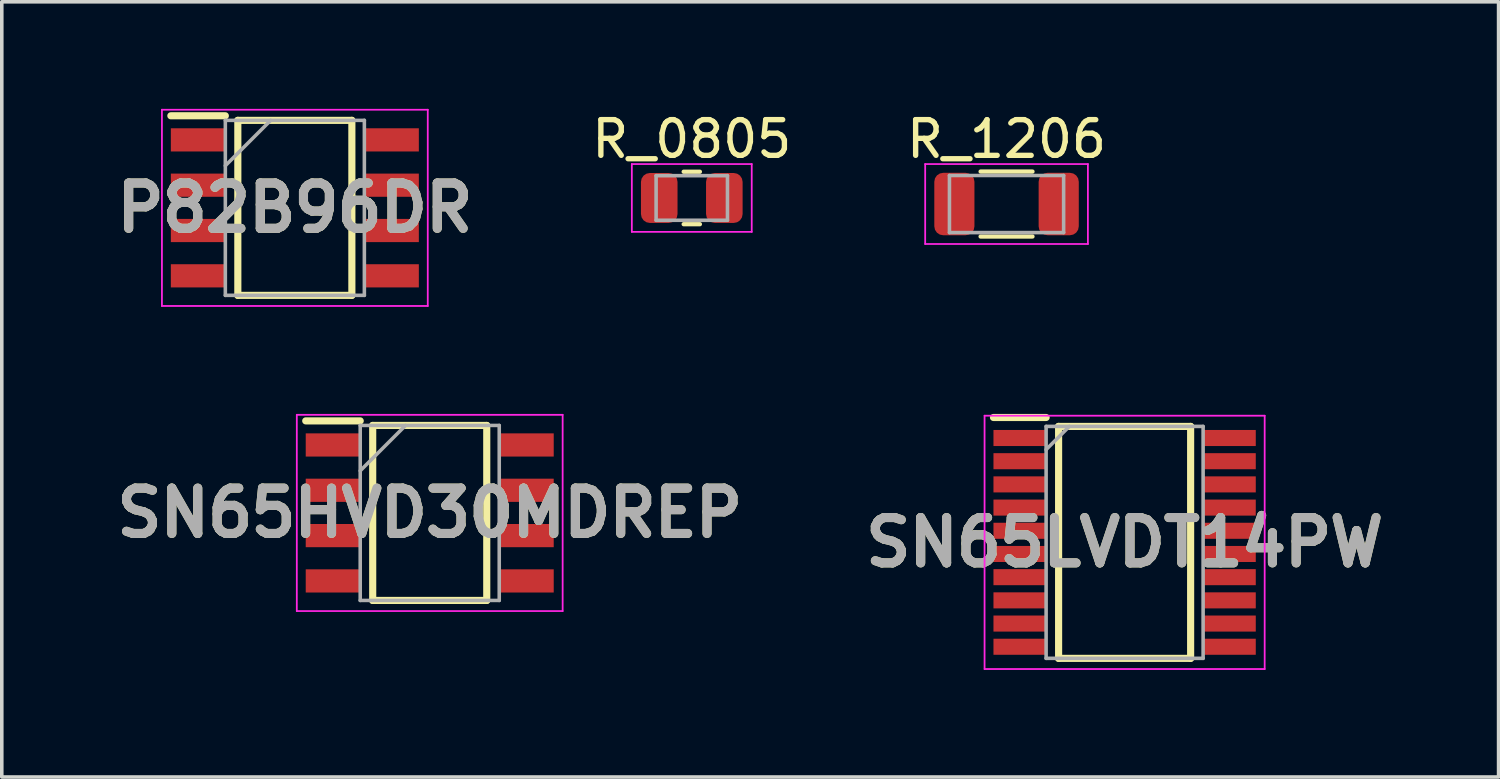
<source format=kicad_pcb>
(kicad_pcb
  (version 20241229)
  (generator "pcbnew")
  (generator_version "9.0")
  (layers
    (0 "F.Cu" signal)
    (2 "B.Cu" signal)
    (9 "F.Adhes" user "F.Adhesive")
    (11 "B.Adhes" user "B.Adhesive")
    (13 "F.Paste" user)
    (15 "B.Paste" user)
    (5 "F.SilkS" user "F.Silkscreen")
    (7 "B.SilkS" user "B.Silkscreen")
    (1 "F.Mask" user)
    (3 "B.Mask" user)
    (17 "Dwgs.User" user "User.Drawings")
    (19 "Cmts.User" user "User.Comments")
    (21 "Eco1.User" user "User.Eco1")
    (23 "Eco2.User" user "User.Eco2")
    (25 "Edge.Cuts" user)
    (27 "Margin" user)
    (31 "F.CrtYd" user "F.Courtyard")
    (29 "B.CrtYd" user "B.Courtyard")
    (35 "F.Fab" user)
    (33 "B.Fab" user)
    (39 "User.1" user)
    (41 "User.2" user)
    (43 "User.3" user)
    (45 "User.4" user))
  (footprint "SN65HVD30MDREP"
    (layer "F.Cu")
    (at 8.993 11.325)
    (property "Reference" "SN65HVD30MDREP" (at 0 0 0) (layer "F.SilkS") (effects (font (size 1.27 1.27) (thickness 0.254))))
    (attr smd)
    (fp_line (start -3.475 -2.58) (end -1.948 -2.58) (stroke (width 0.2) (type solid)) (layer "F.SilkS"))
    (fp_line (start -1.598 -2.452) (end 1.598 -2.452) (stroke (width 0.2) (type solid)) (layer "F.SilkS"))
    (fp_line (start -1.598 2.452) (end -1.598 -2.452) (stroke (width 0.2) (type solid)) (layer "F.SilkS"))
    (fp_line (start 1.598 -2.452) (end 1.598 2.452) (stroke (width 0.2) (type solid)) (layer "F.SilkS"))
    (fp_line (start 1.598 2.452) (end -1.598 2.452) (stroke (width 0.2) (type solid)) (layer "F.SilkS"))
    (fp_line (start -3.725 -2.75) (end 3.725 -2.75) (stroke (width 0.05) (type solid)) (layer "F.CrtYd"))
    (fp_line (start -3.725 2.75) (end -3.725 -2.75) (stroke (width 0.05) (type solid)) (layer "F.CrtYd"))
    (fp_line (start 3.725 -2.75) (end 3.725 2.75) (stroke (width 0.05) (type solid)) (layer "F.CrtYd"))
    (fp_line (start 3.725 2.75) (end -3.725 2.75) (stroke (width 0.05) (type solid)) (layer "F.CrtYd"))
    (fp_line (start -1.948 -2.452) (end 1.948 -2.452) (stroke (width 0.1) (type solid)) (layer "F.Fab"))
    (fp_line (start -1.948 -1.182) (end -0.678 -2.452) (stroke (width 0.1) (type solid)) (layer "F.Fab"))
    (fp_line (start -1.948 2.452) (end -1.948 -2.452) (stroke (width 0.1) (type solid)) (layer "F.Fab"))
    (fp_line (start 1.948 -2.452) (end 1.948 2.452) (stroke (width 0.1) (type solid)) (layer "F.Fab"))
    (fp_line (start 1.948 2.452) (end -1.948 2.452) (stroke (width 0.1) (type solid)) (layer "F.Fab"))
    (fp_text user "${REFERENCE}" (at 0 0 0) (layer "F.Fab") (effects (font (size 1.27 1.27) (thickness 0.254))))
    (pad "1" smd rect (at -2.711 -1.905 90) (size 0.65 1.528) (layers "F.Cu" "F.Mask" "F.Paste"))
    (pad "2" smd rect (at -2.711 -0.635 90) (size 0.65 1.528) (layers "F.Cu" "F.Mask" "F.Paste"))
    (pad "3" smd rect (at -2.711 0.635 90) (size 0.65 1.528) (layers "F.Cu" "F.Mask" "F.Paste"))
    (pad "4" smd rect (at -2.711 1.905 90) (size 0.65 1.528) (layers "F.Cu" "F.Mask" "F.Paste"))
    (pad "5" smd rect (at 2.711 1.905 90) (size 0.65 1.528) (layers "F.Cu" "F.Mask" "F.Paste"))
    (pad "6" smd rect (at 2.711 0.635 90) (size 0.65 1.528) (layers "F.Cu" "F.Mask" "F.Paste"))
    (pad "7" smd rect (at 2.711 -0.635 90) (size 0.65 1.528) (layers "F.Cu" "F.Mask" "F.Paste"))
    (pad "8" smd rect (at 2.711 -1.905 90) (size 0.65 1.528) (layers "F.Cu" "F.Mask" "F.Paste")))
  (footprint "R_1206"
    (layer "F.Cu")
    (at 25.158 2.668)
    (property "Reference" "R_1206" (at 0 -1.82 0) (layer "F.SilkS") (effects (font (size 1 1) (thickness 0.15))))
    (attr smd)
    (fp_line (start -0.727 -0.91) (end 0.727 -0.91) (stroke (width 0.12) (type solid)) (layer "F.SilkS"))
    (fp_line (start -0.727 0.91) (end 0.727 0.91) (stroke (width 0.12) (type solid)) (layer "F.SilkS"))
    (fp_line (start -2.28 -1.12) (end 2.28 -1.12) (stroke (width 0.05) (type solid)) (layer "F.CrtYd"))
    (fp_line (start -2.28 1.12) (end -2.28 -1.12) (stroke (width 0.05) (type solid)) (layer "F.CrtYd"))
    (fp_line (start 2.28 -1.12) (end 2.28 1.12) (stroke (width 0.05) (type solid)) (layer "F.CrtYd"))
    (fp_line (start 2.28 1.12) (end -2.28 1.12) (stroke (width 0.05) (type solid)) (layer "F.CrtYd"))
    (fp_line (start -1.6 -0.8) (end 1.6 -0.8) (stroke (width 0.1) (type solid)) (layer "F.Fab"))
    (fp_line (start -1.6 0.8) (end -1.6 -0.8) (stroke (width 0.1) (type solid)) (layer "F.Fab"))
    (fp_line (start 1.6 -0.8) (end 1.6 0.8) (stroke (width 0.1) (type solid)) (layer "F.Fab"))
    (fp_line (start 1.6 0.8) (end -1.6 0.8) (stroke (width 0.1) (type solid)) (layer "F.Fab"))
    (pad "1" smd roundrect (at -1.462 0) (size 1.125 1.75) (layers "F.Cu" "F.Mask" "F.Paste") (roundrect_rratio 0.222))
    (pad "2" smd roundrect (at 1.462 0) (size 1.125 1.75) (layers "F.Cu" "F.Mask" "F.Paste") (roundrect_rratio 0.222)))
  (footprint "SN65LVDT14PW"
    (layer "F.Cu")
    (at 28.467 12.15)
    (property "Reference" "SN65LVDT14PW" (at 0 0 0) (layer "F.SilkS") (effects (font (size 1.27 1.27) (thickness 0.254))))
    (attr smd)
    (fp_line (start -3.675 -3.5) (end -2.2 -3.5) (stroke (width 0.2) (type solid)) (layer "F.SilkS"))
    (fp_line (start -1.85 -3.25) (end 1.85 -3.25) (stroke (width 0.2) (type solid)) (layer "F.SilkS"))
    (fp_line (start -1.85 3.25) (end -1.85 -3.25) (stroke (width 0.2) (type solid)) (layer "F.SilkS"))
    (fp_line (start 1.85 -3.25) (end 1.85 3.25) (stroke (width 0.2) (type solid)) (layer "F.SilkS"))
    (fp_line (start 1.85 3.25) (end -1.85 3.25) (stroke (width 0.2) (type solid)) (layer "F.SilkS"))
    (fp_line (start -3.925 -3.55) (end 3.925 -3.55) (stroke (width 0.05) (type solid)) (layer "F.CrtYd"))
    (fp_line (start -3.925 3.55) (end -3.925 -3.55) (stroke (width 0.05) (type solid)) (layer "F.CrtYd"))
    (fp_line (start 3.925 -3.55) (end 3.925 3.55) (stroke (width 0.05) (type solid)) (layer "F.CrtYd"))
    (fp_line (start 3.925 3.55) (end -3.925 3.55) (stroke (width 0.05) (type solid)) (layer "F.CrtYd"))
    (fp_line (start -2.2 -3.25) (end 2.2 -3.25) (stroke (width 0.1) (type solid)) (layer "F.Fab"))
    (fp_line (start -2.2 -2.6) (end -1.55 -3.25) (stroke (width 0.1) (type solid)) (layer "F.Fab"))
    (fp_line (start -2.2 3.25) (end -2.2 -3.25) (stroke (width 0.1) (type solid)) (layer "F.Fab"))
    (fp_line (start 2.2 -3.25) (end 2.2 3.25) (stroke (width 0.1) (type solid)) (layer "F.Fab"))
    (fp_line (start 2.2 3.25) (end -2.2 3.25) (stroke (width 0.1) (type solid)) (layer "F.Fab"))
    (fp_text user "${REFERENCE}" (at 0 0 0) (layer "F.Fab") (effects (font (size 1.27 1.27) (thickness 0.254))))
    (pad "1" smd rect (at -2.938 -2.925 90) (size 0.45 1.475) (layers "F.Cu" "F.Mask" "F.Paste"))
    (pad "2" smd rect (at -2.938 -2.275 90) (size 0.45 1.475) (layers "F.Cu" "F.Mask" "F.Paste"))
    (pad "3" smd rect (at -2.938 -1.625 90) (size 0.45 1.475) (layers "F.Cu" "F.Mask" "F.Paste"))
    (pad "4" smd rect (at -2.938 -0.975 90) (size 0.45 1.475) (layers "F.Cu" "F.Mask" "F.Paste"))
    (pad "5" smd rect (at -2.938 -0.325 90) (size 0.45 1.475) (layers "F.Cu" "F.Mask" "F.Paste"))
    (pad "6" smd rect (at -2.938 0.325 90) (size 0.45 1.475) (layers "F.Cu" "F.Mask" "F.Paste"))
    (pad "7" smd rect (at -2.938 0.975 90) (size 0.45 1.475) (layers "F.Cu" "F.Mask" "F.Paste"))
    (pad "8" smd rect (at -2.938 1.625 90) (size 0.45 1.475) (layers "F.Cu" "F.Mask" "F.Paste"))
    (pad "9" smd rect (at -2.938 2.275 90) (size 0.45 1.475) (layers "F.Cu" "F.Mask" "F.Paste"))
    (pad "10" smd rect (at -2.938 2.925 90) (size 0.45 1.475) (layers "F.Cu" "F.Mask" "F.Paste"))
    (pad "11" smd rect (at 2.938 2.925 90) (size 0.45 1.475) (layers "F.Cu" "F.Mask" "F.Paste"))
    (pad "12" smd rect (at 2.938 2.275 90) (size 0.45 1.475) (layers "F.Cu" "F.Mask" "F.Paste"))
    (pad "13" smd rect (at 2.938 1.625 90) (size 0.45 1.475) (layers "F.Cu" "F.Mask" "F.Paste"))
    (pad "14" smd rect (at 2.938 0.975 90) (size 0.45 1.475) (layers "F.Cu" "F.Mask" "F.Paste"))
    (pad "15" smd rect (at 2.938 0.325 90) (size 0.45 1.475) (layers "F.Cu" "F.Mask" "F.Paste"))
    (pad "16" smd rect (at 2.938 -0.325 90) (size 0.45 1.475) (layers "F.Cu" "F.Mask" "F.Paste"))
    (pad "17" smd rect (at 2.938 -0.975 90) (size 0.45 1.475) (layers "F.Cu" "F.Mask" "F.Paste"))
    (pad "18" smd rect (at 2.938 -1.625 90) (size 0.45 1.475) (layers "F.Cu" "F.Mask" "F.Paste"))
    (pad "19" smd rect (at 2.938 -2.275 90) (size 0.45 1.475) (layers "F.Cu" "F.Mask" "F.Paste"))
    (pad "20" smd rect (at 2.938 -2.925 90) (size 0.45 1.475) (layers "F.Cu" "F.Mask" "F.Paste")))
  (footprint "P82B96DR"
    (layer "F.Cu")
    (at 5.213 2.775)
    (property "Reference" "P82B96DR" (at 0 0 0) (layer "F.SilkS") (effects (font (size 1.27 1.27) (thickness 0.254))))
    (attr smd)
    (fp_line (start -3.475 -2.58) (end -1.948 -2.58) (stroke (width 0.2) (type solid)) (layer "F.SilkS"))
    (fp_line (start -1.598 -2.452) (end 1.598 -2.452) (stroke (width 0.2) (type solid)) (layer "F.SilkS"))
    (fp_line (start -1.598 2.452) (end -1.598 -2.452) (stroke (width 0.2) (type solid)) (layer "F.SilkS"))
    (fp_line (start 1.598 -2.452) (end 1.598 2.452) (stroke (width 0.2) (type solid)) (layer "F.SilkS"))
    (fp_line (start 1.598 2.452) (end -1.598 2.452) (stroke (width 0.2) (type solid)) (layer "F.SilkS"))
    (fp_line (start -3.725 -2.75) (end 3.725 -2.75) (stroke (width 0.05) (type solid)) (layer "F.CrtYd"))
    (fp_line (start -3.725 2.75) (end -3.725 -2.75) (stroke (width 0.05) (type solid)) (layer "F.CrtYd"))
    (fp_line (start 3.725 -2.75) (end 3.725 2.75) (stroke (width 0.05) (type solid)) (layer "F.CrtYd"))
    (fp_line (start 3.725 2.75) (end -3.725 2.75) (stroke (width 0.05) (type solid)) (layer "F.CrtYd"))
    (fp_line (start -1.948 -2.452) (end 1.948 -2.452) (stroke (width 0.1) (type solid)) (layer "F.Fab"))
    (fp_line (start -1.948 -1.182) (end -0.678 -2.452) (stroke (width 0.1) (type solid)) (layer "F.Fab"))
    (fp_line (start -1.948 2.452) (end -1.948 -2.452) (stroke (width 0.1) (type solid)) (layer "F.Fab"))
    (fp_line (start 1.948 -2.452) (end 1.948 2.452) (stroke (width 0.1) (type solid)) (layer "F.Fab"))
    (fp_line (start 1.948 2.452) (end -1.948 2.452) (stroke (width 0.1) (type solid)) (layer "F.Fab"))
    (fp_text user "${REFERENCE}" (at 0 0 0) (layer "F.Fab") (effects (font (size 1.27 1.27) (thickness 0.254))))
    (pad "1" smd rect (at -2.711 -1.905 90) (size 0.65 1.528) (layers "F.Cu" "F.Mask" "F.Paste"))
    (pad "2" smd rect (at -2.711 -0.635 90) (size 0.65 1.528) (layers "F.Cu" "F.Mask" "F.Paste"))
    (pad "3" smd rect (at -2.711 0.635 90) (size 0.65 1.528) (layers "F.Cu" "F.Mask" "F.Paste"))
    (pad "4" smd rect (at -2.711 1.905 90) (size 0.65 1.528) (layers "F.Cu" "F.Mask" "F.Paste"))
    (pad "5" smd rect (at 2.711 1.905 90) (size 0.65 1.528) (layers "F.Cu" "F.Mask" "F.Paste"))
    (pad "6" smd rect (at 2.711 0.635 90) (size 0.65 1.528) (layers "F.Cu" "F.Mask" "F.Paste"))
    (pad "7" smd rect (at 2.711 -0.635 90) (size 0.65 1.528) (layers "F.Cu" "F.Mask" "F.Paste"))
    (pad "8" smd rect (at 2.711 -1.905 90) (size 0.65 1.528) (layers "F.Cu" "F.Mask" "F.Paste")))
  (footprint "R_0805"
    (layer "F.Cu")
    (at 16.337 2.498)
    (property "Reference" "R_0805" (at 0 -1.65 0) (layer "F.SilkS") (effects (font (size 1 1) (thickness 0.15))))
    (attr smd)
    (fp_line (start -0.227 -0.735) (end 0.227 -0.735) (stroke (width 0.12) (type solid)) (layer "F.SilkS"))
    (fp_line (start -0.227 0.735) (end 0.227 0.735) (stroke (width 0.12) (type solid)) (layer "F.SilkS"))
    (fp_line (start -1.68 -0.95) (end 1.68 -0.95) (stroke (width 0.05) (type solid)) (layer "F.CrtYd"))
    (fp_line (start -1.68 0.95) (end -1.68 -0.95) (stroke (width 0.05) (type solid)) (layer "F.CrtYd"))
    (fp_line (start 1.68 -0.95) (end 1.68 0.95) (stroke (width 0.05) (type solid)) (layer "F.CrtYd"))
    (fp_line (start 1.68 0.95) (end -1.68 0.95) (stroke (width 0.05) (type solid)) (layer "F.CrtYd"))
    (fp_line (start -1 -0.625) (end 1 -0.625) (stroke (width 0.1) (type solid)) (layer "F.Fab"))
    (fp_line (start -1 0.625) (end -1 -0.625) (stroke (width 0.1) (type solid)) (layer "F.Fab"))
    (fp_line (start 1 -0.625) (end 1 0.625) (stroke (width 0.1) (type solid)) (layer "F.Fab"))
    (fp_line (start 1 0.625) (end -1 0.625) (stroke (width 0.1) (type solid)) (layer "F.Fab"))
    (pad "1" smd roundrect (at -0.912 0) (size 1.025 1.4) (layers "F.Cu" "F.Mask" "F.Paste") (roundrect_rratio 0.244))
    (pad "2" smd roundrect (at 0.912 0) (size 1.025 1.4) (layers "F.Cu" "F.Mask" "F.Paste") (roundrect_rratio 0.244)))
  (gr_rect
    (start -3 -3)
    (end 38.947 18.725)
    (stroke (width 0.1) (type default))
    (fill no)
    (layer "Edge.Cuts")))
</source>
